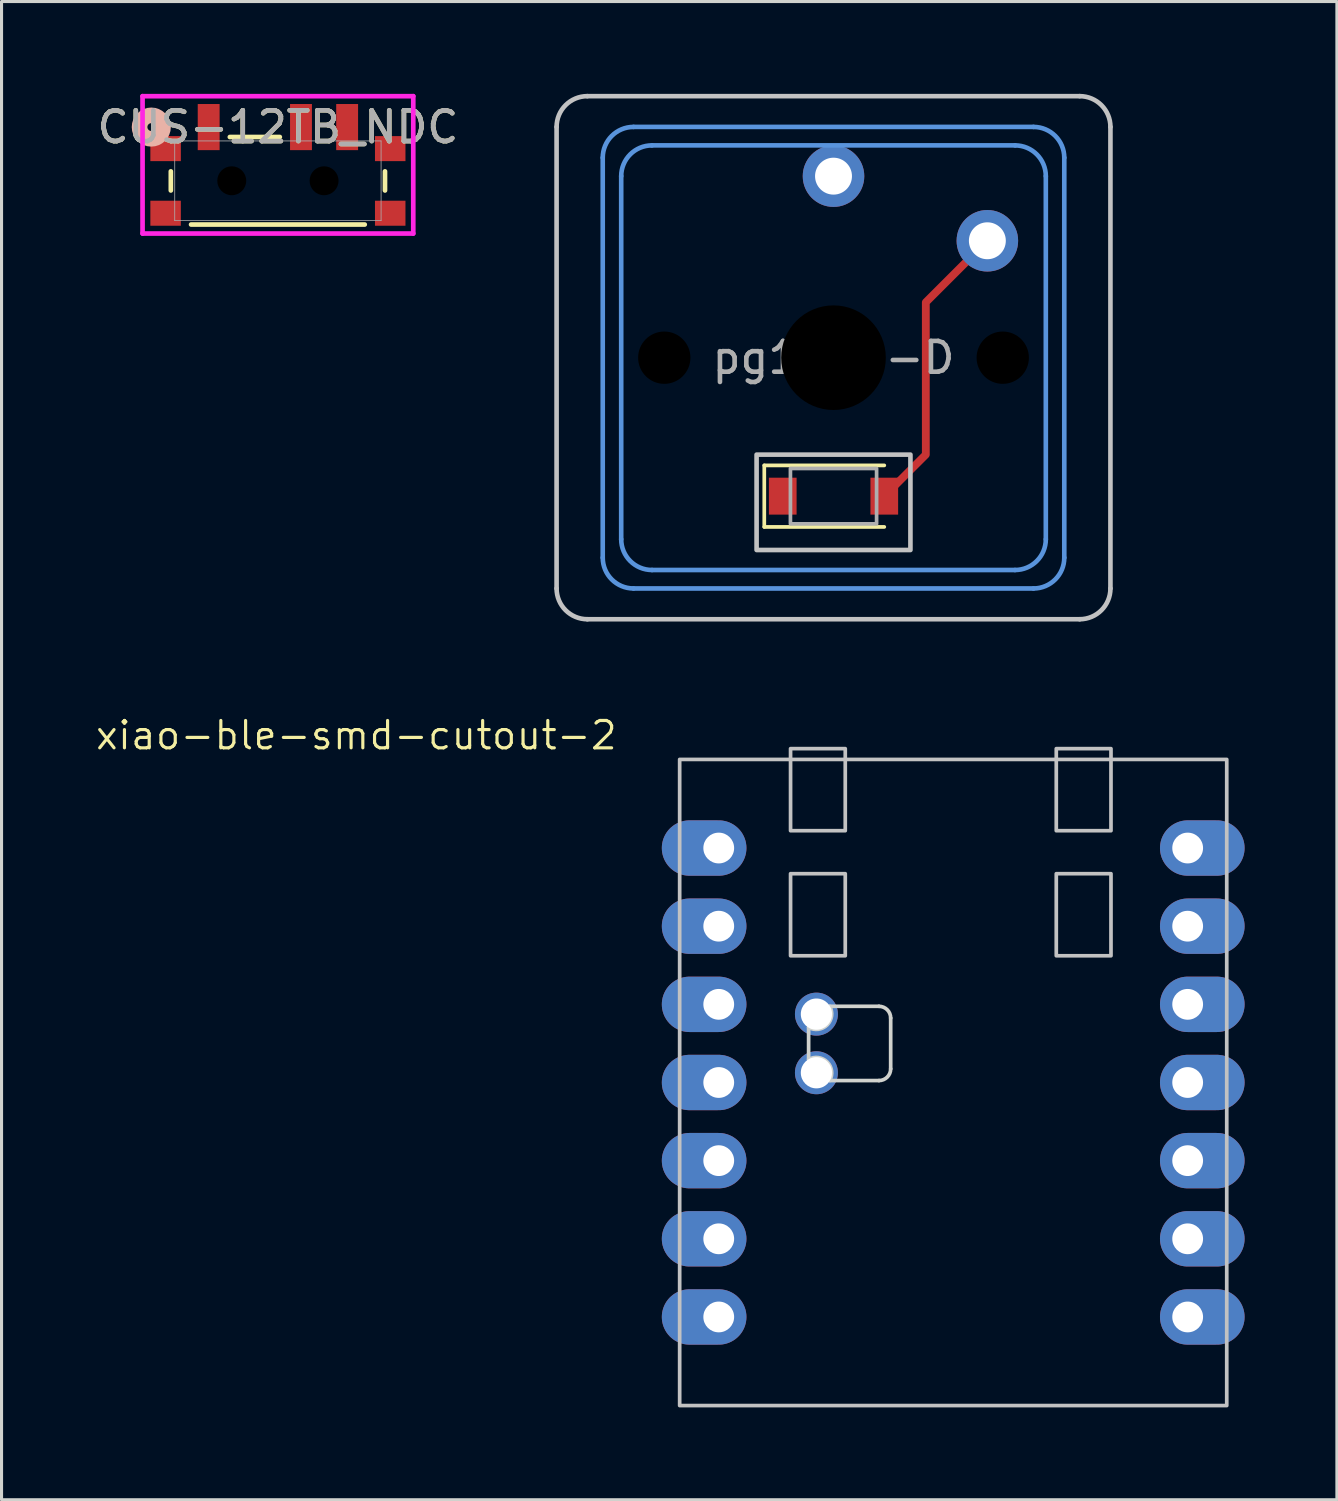
<source format=kicad_pcb>
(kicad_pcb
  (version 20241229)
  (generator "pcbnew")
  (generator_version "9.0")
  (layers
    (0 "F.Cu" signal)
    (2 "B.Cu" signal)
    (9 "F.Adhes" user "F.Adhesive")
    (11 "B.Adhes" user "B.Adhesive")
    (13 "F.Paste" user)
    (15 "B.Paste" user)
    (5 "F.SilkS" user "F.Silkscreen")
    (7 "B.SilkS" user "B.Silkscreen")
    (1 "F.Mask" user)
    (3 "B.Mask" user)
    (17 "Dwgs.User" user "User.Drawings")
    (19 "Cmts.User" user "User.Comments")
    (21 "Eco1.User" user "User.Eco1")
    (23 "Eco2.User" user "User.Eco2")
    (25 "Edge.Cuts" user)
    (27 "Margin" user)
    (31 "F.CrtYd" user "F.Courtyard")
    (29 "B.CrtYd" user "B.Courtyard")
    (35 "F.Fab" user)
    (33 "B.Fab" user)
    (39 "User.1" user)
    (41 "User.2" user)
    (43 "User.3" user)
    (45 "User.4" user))
  (footprint "xiao-ble-smd-cutout-2"
    (layer "F.Cu")
    (at 27.929 32.131)
    (property "Reference" "xiao-ble-smd-cutout-2" (at -19.399 -11.283 0) (layer "F.SilkS") (effects (font (size 0.889 0.889) (thickness 0.102))))
    (attr smd exclude_from_pos_files)
    (fp_rect (start -8.89 10.5) (end 8.89 -10.5) (stroke (width 0.12) (type solid)) (fill no) (layer "Dwgs.User"))
    (fp_rect (start -5.286 -6.786) (end -3.508 -4.119) (stroke (width 0.12) (type solid)) (fill no) (layer "Dwgs.User"))
    (fp_rect (start -3.508 -8.183) (end -5.286 -10.85) (stroke (width 0.12) (type solid)) (fill no) (layer "Dwgs.User"))
    (fp_rect (start 3.35 -10.85) (end 5.128 -8.183) (stroke (width 0.12) (type solid)) (fill no) (layer "Dwgs.User"))
    (fp_rect (start 3.35 -6.786) (end 5.128 -4.119) (stroke (width 0.12) (type solid)) (fill no) (layer "Dwgs.User"))
    (fp_line (start -4.699 -0.749) (end -4.699 -1.79) (stroke (width 0.12) (type solid)) (layer "Edge.Cuts"))
    (fp_line (start -4.013 -2.476) (end -2.413 -2.476) (stroke (width 0.12) (type solid)) (layer "Edge.Cuts"))
    (fp_line (start -2.413 -0.063) (end -4.013 -0.063) (stroke (width 0.12) (type solid)) (layer "Edge.Cuts"))
    (fp_line (start -2.032 -2.095) (end -2.032 -0.444) (stroke (width 0.12) (type solid)) (layer "Edge.Cuts"))
    (fp_arc (start -4.699 -0.7488) (mid -4.095391 -0.666609) (end -4.0132 -0.063) (stroke (width 0.12) (type solid)) (layer "Edge.Cuts"))
    (fp_arc (start -4.0132 -2.476) (mid -4.095391 -1.872391) (end -4.699 -1.7902) (stroke (width 0.12) (type solid)) (layer "Edge.Cuts"))
    (fp_arc (start -2.413 -2.476) (mid -2.143592 -2.364408) (end -2.032 -2.095) (stroke (width 0.12) (type solid)) (layer "Edge.Cuts"))
    (fp_arc (start -2.032 -0.444) (mid -2.143592 -0.174592) (end -2.413 -0.063) (stroke (width 0.12) (type solid)) (layer "Edge.Cuts"))
    (pad "1" thru_hole oval (at -7.62 -7.62) (size 2.75 1.8) (drill 1 (offset -0.475 0)) (layers "*.Cu" "*.Mask"))
    (pad "2" thru_hole oval (at -7.62 -5.08) (size 2.75 1.8) (drill 1 (offset -0.475 0)) (layers "*.Cu" "*.Mask"))
    (pad "3" thru_hole oval (at -7.62 -2.54) (size 2.75 1.8) (drill 1 (offset -0.475 0)) (layers "*.Cu" "*.Mask"))
    (pad "4" thru_hole oval (at -7.62 0) (size 2.75 1.8) (drill 1 (offset -0.475 0)) (layers "*.Cu" "*.Mask"))
    (pad "5" thru_hole oval (at -7.62 2.54) (size 2.75 1.8) (drill 1 (offset -0.475 0)) (layers "*.Cu" "*.Mask"))
    (pad "6" thru_hole oval (at -7.62 5.08) (size 2.75 1.8) (drill 1 (offset -0.475 0)) (layers "*.Cu" "*.Mask"))
    (pad "7" thru_hole oval (at -7.62 7.62) (size 2.75 1.8) (drill 1 (offset -0.475 0)) (layers "*.Cu" "*.Mask"))
    (pad "8" thru_hole oval (at 7.62 7.62 180) (size 2.75 1.8) (drill 1 (offset -0.475 0)) (layers "*.Cu" "*.Mask"))
    (pad "9" thru_hole oval (at 7.62 5.08 180) (size 2.75 1.8) (drill 1 (offset -0.475 0)) (layers "*.Cu" "*.Mask"))
    (pad "10" thru_hole oval (at 7.62 2.54 180) (size 2.75 1.8) (drill 1 (offset -0.475 0)) (layers "*.Cu" "*.Mask"))
    (pad "11" thru_hole oval (at 7.62 0 180) (size 2.75 1.8) (drill 1 (offset -0.475 0)) (layers "*.Cu" "*.Mask"))
    (pad "12" thru_hole oval (at 7.62 -2.54 180) (size 2.75 1.8) (drill 1 (offset -0.475 0)) (layers "*.Cu" "*.Mask"))
    (pad "13" thru_hole oval (at 7.62 -5.08 180) (size 2.75 1.8) (drill 1 (offset -0.475 0)) (layers "*.Cu" "*.Mask"))
    (pad "14" thru_hole oval (at 7.62 -7.62 180) (size 2.75 1.8) (drill 1 (offset -0.475 0)) (layers "*.Cu" "*.Mask"))
    (pad "19" thru_hole circle (at -4.445 -0.317 180) (size 1.397 1.397) (drill 1.016) (layers "*.Cu" "*.Mask"))
    (pad "20" thru_hole circle (at -4.445 -2.222 180) (size 1.397 1.397) (drill 1.016) (layers "*.Cu" "*.Mask")))
  (footprint "CUS-12TB_NDC"
    (layer "F.Cu")
    (at 5.982 2.825)
    (property "Reference" "CUS-12TB_NDC" (at 0 -1.745 0) (unlocked yes) (layer "F.SilkS") (effects (font (size 1 1) (thickness 0.15))))
    (attr smd)
    (fp_line (start -3.48 0.315) (end -3.48 -0.306) (stroke (width 0.152) (type solid)) (layer "F.SilkS"))
    (fp_line (start -1.562 -1.422) (end 0.062 -1.422) (stroke (width 0.152) (type solid)) (layer "F.SilkS"))
    (fp_line (start 2.822 1.422) (end -2.822 1.422) (stroke (width 0.152) (type solid)) (layer "F.SilkS"))
    (fp_line (start 3.48 -0.306) (end 3.48 0.315) (stroke (width 0.152) (type solid)) (layer "F.SilkS"))
    (fp_circle (center -4.115 -1.745) (end -3.734 -1.745) (stroke (width 0.508) (type solid)) (fill no) (layer "B.SilkS"))
    (fp_line (start -4.399 -2.749) (end -4.399 1.715) (stroke (width 0.152) (type solid)) (layer "F.CrtYd"))
    (fp_line (start -4.399 1.715) (end 4.399 1.715) (stroke (width 0.152) (type solid)) (layer "F.CrtYd"))
    (fp_line (start 4.399 -2.749) (end -4.399 -2.749) (stroke (width 0.152) (type solid)) (layer "F.CrtYd"))
    (fp_line (start 4.399 1.715) (end 4.399 -2.749) (stroke (width 0.152) (type solid)) (layer "F.CrtYd"))
    (fp_line (start -3.353 -1.295) (end -3.353 1.295) (stroke (width 0.025) (type solid)) (layer "F.Fab"))
    (fp_line (start -3.353 1.295) (end 3.353 1.295) (stroke (width 0.025) (type solid)) (layer "F.Fab"))
    (fp_line (start 3.353 -1.295) (end -3.353 -1.295) (stroke (width 0.025) (type solid)) (layer "F.Fab"))
    (fp_line (start 3.353 1.295) (end 3.353 -1.295) (stroke (width 0.025) (type solid)) (layer "F.Fab"))
    (fp_text user "${REFERENCE}" (at 0 -1.745 0) (unlocked yes) (layer "F.Fab") (effects (font (size 1 1) (thickness 0.15))))
    (pad "" np_thru_hole circle (at -1.5 0) (size 0.94 0.94) (drill 0.94) (layers))
    (pad "" np_thru_hole circle (at 1.5 0) (size 0.94 0.94) (drill 0.94) (layers))
    (pad "1" smd rect (at -2.25 -1.745) (size 0.711 1.499) (layers "F.Cu" "F.Mask" "F.Paste"))
    (pad "2" smd rect (at 0.75 -1.745) (size 0.711 1.499) (layers "F.Cu" "F.Mask" "F.Paste"))
    (pad "3" smd rect (at 2.25 -1.745) (size 0.711 1.499) (layers "F.Cu" "F.Mask" "F.Paste"))
    (pad "4" smd rect (at -3.65 -1.045) (size 0.991 0.813) (layers "F.Cu" "F.Mask" "F.Paste"))
    (pad "5" smd rect (at 3.65 -1.045) (size 0.991 0.813) (layers "F.Cu" "F.Mask" "F.Paste"))
    (pad "6" smd rect (at -3.65 1.055) (size 0.991 0.813) (layers "F.Cu" "F.Mask" "F.Paste"))
    (pad "7" smd rect (at 3.65 1.055) (size 0.991 0.813) (layers "F.Cu" "F.Mask" "F.Paste")))
  (footprint "pg1350-D"
    (layer "F.Cu")
    (at 24.039 8.575)
    (property "Reference" "pg1350-D" (at 0 0 0) (layer "F.Fab") (effects (font (size 1 1) (thickness 0.15))))
    (attr smd)
    (fp_line (start -2.25 3.5) (end -2.25 5.5) (stroke (width 0.12) (type solid)) (layer "F.SilkS"))
    (fp_line (start -2.25 5.5) (end 1.65 5.5) (stroke (width 0.12) (type solid)) (layer "F.SilkS"))
    (fp_line (start 1.65 3.5) (end -2.25 3.5) (stroke (width 0.12) (type solid)) (layer "F.SilkS"))
    (fp_line (start -9 7.5) (end -9 -7.5) (stroke (width 0.15) (type solid)) (layer "Dwgs.User"))
    (fp_line (start -8 -8.5) (end 8 -8.5) (stroke (width 0.15) (type solid)) (layer "Dwgs.User"))
    (fp_line (start 8 8.5) (end -8 8.5) (stroke (width 0.15) (type solid)) (layer "Dwgs.User"))
    (fp_line (start 9 -7.5) (end 9 7.5) (stroke (width 0.15) (type solid)) (layer "Dwgs.User"))
    (fp_rect (start 2.5 6.25) (end -2.5 3.15) (stroke (width 0.15) (type solid)) (fill no) (layer "Dwgs.User"))
    (fp_arc (start -9 -7.5) (mid -8.707107 -8.207107) (end -8 -8.5) (stroke (width 0.15) (type solid)) (layer "Dwgs.User"))
    (fp_arc (start -8 8.5) (mid -8.707107 8.207107) (end -9 7.5) (stroke (width 0.15) (type solid)) (layer "Dwgs.User"))
    (fp_arc (start 8 -8.5) (mid 8.707107 -8.207107) (end 9 -7.5) (stroke (width 0.15) (type solid)) (layer "Dwgs.User"))
    (fp_arc (start 9 7.5) (mid 8.707107 8.207107) (end 8 8.5) (stroke (width 0.15) (type solid)) (layer "Dwgs.User"))
    (fp_line (start -7.5 6.5) (end -7.5 -6.5) (stroke (width 0.15) (type solid)) (layer "Cmts.User"))
    (fp_line (start -6.9 5.9) (end -6.9 -5.9) (stroke (width 0.15) (type solid)) (layer "Cmts.User"))
    (fp_line (start -6.5 -7.5) (end 6.5 -7.5) (stroke (width 0.15) (type solid)) (layer "Cmts.User"))
    (fp_line (start -5.9 -6.9) (end 5.9 -6.9) (stroke (width 0.15) (type solid)) (layer "Cmts.User"))
    (fp_line (start 5.9 6.9) (end -5.9 6.9) (stroke (width 0.15) (type solid)) (layer "Cmts.User"))
    (fp_line (start 6.5 7.5) (end -6.5 7.5) (stroke (width 0.15) (type solid)) (layer "Cmts.User"))
    (fp_line (start 6.9 -5.9) (end 6.9 5.9) (stroke (width 0.15) (type solid)) (layer "Cmts.User"))
    (fp_line (start 7.5 -6.5) (end 7.5 6.5) (stroke (width 0.15) (type solid)) (layer "Cmts.User"))
    (fp_arc (start -7.5 -6.5) (mid -7.207107 -7.207107) (end -6.5 -7.5) (stroke (width 0.15) (type solid)) (layer "Cmts.User"))
    (fp_arc (start -6.9 -5.9) (mid -6.607107 -6.607107) (end -5.9 -6.9) (stroke (width 0.15) (type solid)) (layer "Cmts.User"))
    (fp_arc (start -6.5 7.5) (mid -7.207107 7.207107) (end -7.5 6.5) (stroke (width 0.15) (type solid)) (layer "Cmts.User"))
    (fp_arc (start -5.9 6.9) (mid -6.607107 6.607107) (end -6.9 5.9) (stroke (width 0.15) (type solid)) (layer "Cmts.User"))
    (fp_arc (start 5.9 -6.9) (mid 6.607107 -6.607107) (end 6.9 -5.9) (stroke (width 0.15) (type solid)) (layer "Cmts.User"))
    (fp_arc (start 6.5 -7.5) (mid 7.207107 -7.207107) (end 7.5 -6.5) (stroke (width 0.15) (type solid)) (layer "Cmts.User"))
    (fp_arc (start 6.9 5.9) (mid 6.607107 6.607107) (end 5.9 6.9) (stroke (width 0.15) (type solid)) (layer "Cmts.User"))
    (fp_arc (start 7.5 6.5) (mid 7.207107 7.207107) (end 6.5 7.5) (stroke (width 0.15) (type solid)) (layer "Cmts.User"))
    (fp_rect (start 1.4 5.4) (end -1.4 3.6) (stroke (width 0.12) (type solid)) (fill no) (layer "F.Fab"))
    (pad "" np_thru_hole circle (at -5.5 0) (size 1.7 1.7) (drill 1.7) (layers "*.Mask"))
    (pad "" np_thru_hole circle (at 0 0) (size 3.4 3.4) (drill 3.4) (layers "*.Mask"))
    (pad "" np_thru_hole circle (at 5.5 0) (size 1.7 1.7) (drill 1.7) (layers "*.Mask"))
    (pad "1" thru_hole circle (at 0 -5.9) (size 2 2) (drill 1.2) (layers "*.Cu" "B.Mask"))
    (pad "2" smd rect (at -1.65 4.5) (size 0.9 1.2) (layers "F.Cu" "F.Mask" "F.Paste"))
    (pad "3" smd custom (at 1.65 4.5) (size 0.254 0.254) (layers "F.Cu") (options (anchor circle)) (primitives (gr_line (start 3.35 -8.3) (end 1.35 -6.3) (width 0.254)) (gr_line (start 1.35 -6.3) (end 1.35 -1.35) (width 0.254)) (gr_line (start 1.35 -1.35) (end 0 0) (width 0.254))))
    (pad "3" smd rect (at 1.65 4.5) (size 0.9 1.2) (layers "F.Cu" "F.Mask" "F.Paste"))
    (pad "3" thru_hole circle (at 5 -3.8) (size 2 2) (drill 1.2) (layers "*.Cu" "B.Mask")))
  (gr_rect
    (start -3 -3)
    (end 40.399 45.691)
    (stroke (width 0.1) (type default))
    (fill no)
    (layer "Edge.Cuts")))
</source>
